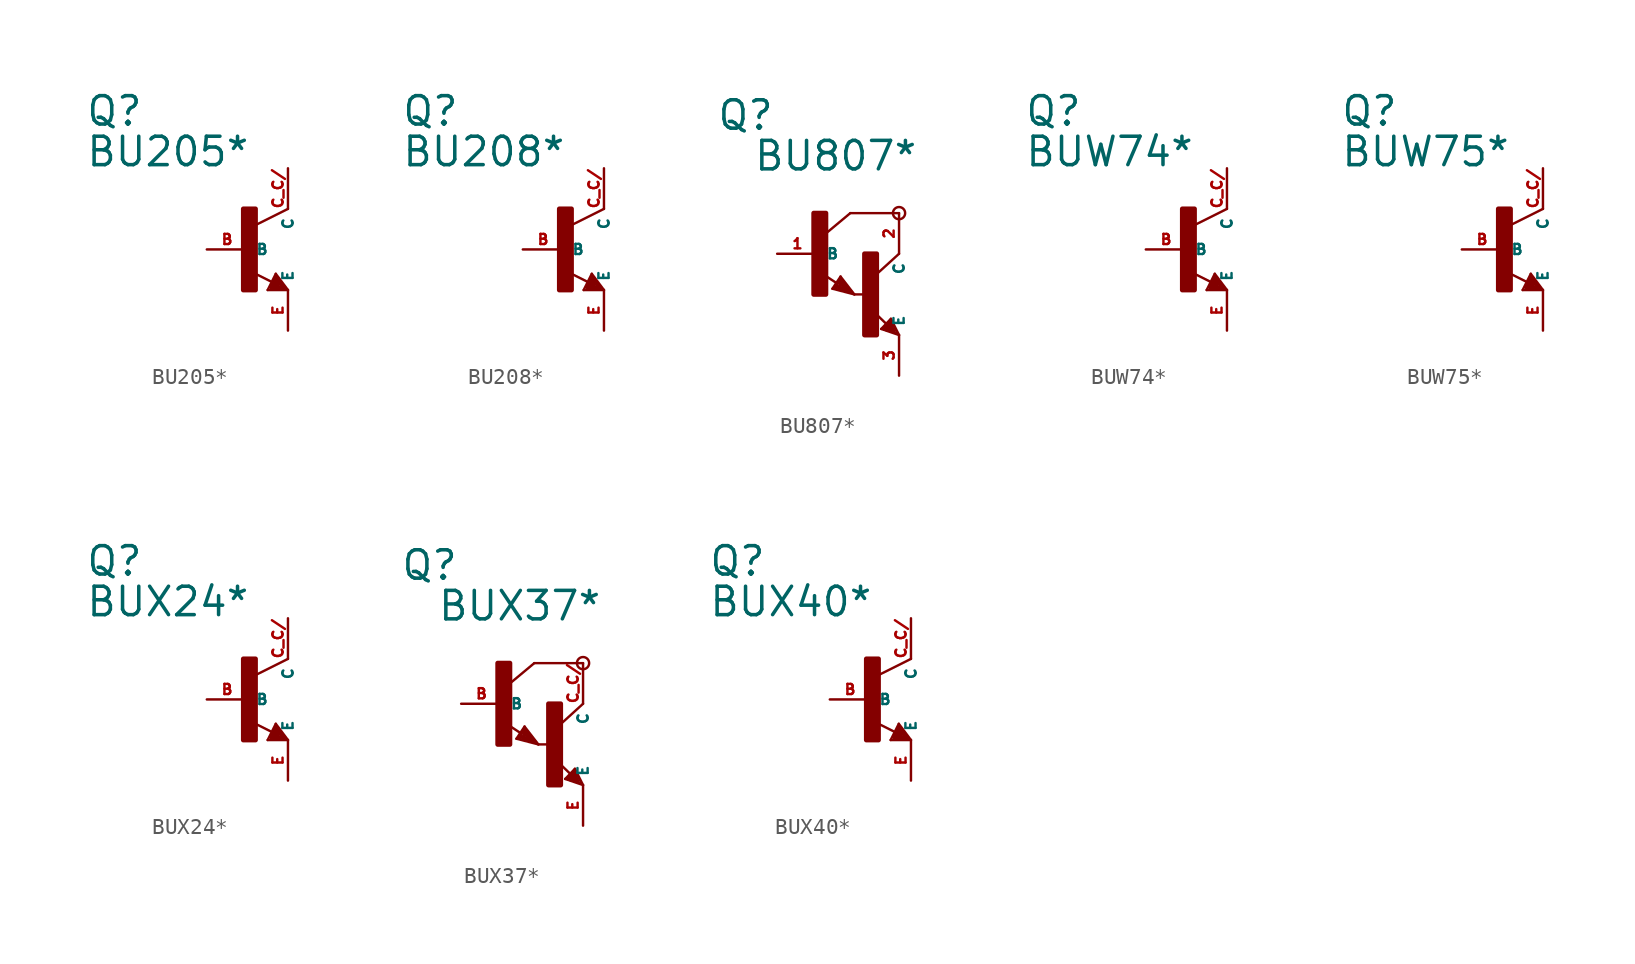
<source format=kicad_sym>
(kicad_symbol_lib
  (version 20220914)
  (generator Eagle2Kicad)
  (symbol "BU205*"
    (property "Reference" "Q"
      (at -10.16 7.62 0)
      (effects (font (size 1.778 1.778) (thickness 0.22)) (justify left bottom)))
    (property "Value" "BU205*"
      (at -10.16 5.08 0)
      (effects (font (size 1.778 1.778) (thickness 0.22)) (justify left bottom)))
    (polyline
      (pts (xy 2.54 2.54) (xy 0.508 1.524))
      (stroke (width 0.152) (type default))
      (fill (type none)))
    (polyline
      (pts (xy 1.778 -1.524) (xy 2.54 -2.54))
      (stroke (width 0.152) (type default))
      (fill (type none)))
    (polyline
      (pts (xy 2.54 -2.54) (xy 1.27 -2.54))
      (stroke (width 0.152) (type default))
      (fill (type none)))
    (polyline
      (pts (xy 1.27 -2.54) (xy 1.778 -1.524))
      (stroke (width 0.152) (type default))
      (fill (type none)))
    (polyline
      (pts (xy 1.54 -2.04) (xy 0.308 -1.424))
      (stroke (width 0.152) (type default))
      (fill (type none)))
    (polyline
      (pts (xy 1.524 -2.413) (xy 2.286 -2.413))
      (stroke (width 0.254) (type default))
      (fill (type none)))
    (polyline
      (pts (xy 2.286 -2.413) (xy 1.778 -1.778))
      (stroke (width 0.254) (type default))
      (fill (type none)))
    (polyline
      (pts (xy 1.778 -1.778) (xy 1.524 -2.286))
      (stroke (width 0.254) (type default))
      (fill (type none)))
    (polyline
      (pts (xy 1.524 -2.286) (xy 1.905 -2.286))
      (stroke (width 0.254) (type default))
      (fill (type none)))
    (polyline
      (pts (xy 1.905 -2.286) (xy 1.778 -2.032))
      (stroke (width 0.254) (type default))
      (fill (type none)))
    (rectangle
      (start -0.254 -2.54)
      (end 0.508 2.54)
      (stroke (width 0.3) (type default))
      (fill (type outline)))
    (pin passive line
      (at -2.54 0 0)
      (length 2.54)
      (name "B" (effects (font (size 0.635 0.635) (thickness 0.08)) (justify left bottom)))
      (number "B" (effects (font (size 0.635 0.635) (thickness 0.08)) (justify left bottom))))
    (pin passive line
      (at 2.54 -5.08 90)
      (length 2.54)
      (name "E" (effects (font (size 0.635 0.635) (thickness 0.08)) (justify left bottom)))
      (number "E" (effects (font (size 0.635 0.635) (thickness 0.08)) (justify left bottom))))
    (pin passive line
      (at 2.54 5.08 270)
      (length 2.54)
      (name "C" (effects (font (size 0.635 0.635) (thickness 0.08)) (justify left bottom)))
      (number "C C/" (effects (font (size 0.635 0.635) (thickness 0.08)) (justify left bottom)))))
  (symbol "BU208*"
    (property "Reference" "Q"
      (at -10.16 7.62 0)
      (effects (font (size 1.778 1.778) (thickness 0.22)) (justify left bottom)))
    (property "Value" "BU208*"
      (at -10.16 5.08 0)
      (effects (font (size 1.778 1.778) (thickness 0.22)) (justify left bottom)))
    (polyline
      (pts (xy 2.54 2.54) (xy 0.508 1.524))
      (stroke (width 0.152) (type default))
      (fill (type none)))
    (polyline
      (pts (xy 1.778 -1.524) (xy 2.54 -2.54))
      (stroke (width 0.152) (type default))
      (fill (type none)))
    (polyline
      (pts (xy 2.54 -2.54) (xy 1.27 -2.54))
      (stroke (width 0.152) (type default))
      (fill (type none)))
    (polyline
      (pts (xy 1.27 -2.54) (xy 1.778 -1.524))
      (stroke (width 0.152) (type default))
      (fill (type none)))
    (polyline
      (pts (xy 1.54 -2.04) (xy 0.308 -1.424))
      (stroke (width 0.152) (type default))
      (fill (type none)))
    (polyline
      (pts (xy 1.524 -2.413) (xy 2.286 -2.413))
      (stroke (width 0.254) (type default))
      (fill (type none)))
    (polyline
      (pts (xy 2.286 -2.413) (xy 1.778 -1.778))
      (stroke (width 0.254) (type default))
      (fill (type none)))
    (polyline
      (pts (xy 1.778 -1.778) (xy 1.524 -2.286))
      (stroke (width 0.254) (type default))
      (fill (type none)))
    (polyline
      (pts (xy 1.524 -2.286) (xy 1.905 -2.286))
      (stroke (width 0.254) (type default))
      (fill (type none)))
    (polyline
      (pts (xy 1.905 -2.286) (xy 1.778 -2.032))
      (stroke (width 0.254) (type default))
      (fill (type none)))
    (rectangle
      (start -0.254 -2.54)
      (end 0.508 2.54)
      (stroke (width 0.3) (type default))
      (fill (type outline)))
    (pin passive line
      (at -2.54 0 0)
      (length 2.54)
      (name "B" (effects (font (size 0.635 0.635) (thickness 0.08)) (justify left bottom)))
      (number "B" (effects (font (size 0.635 0.635) (thickness 0.08)) (justify left bottom))))
    (pin passive line
      (at 2.54 -5.08 90)
      (length 2.54)
      (name "E" (effects (font (size 0.635 0.635) (thickness 0.08)) (justify left bottom)))
      (number "E" (effects (font (size 0.635 0.635) (thickness 0.08)) (justify left bottom))))
    (pin passive line
      (at 2.54 5.08 270)
      (length 2.54)
      (name "C" (effects (font (size 0.635 0.635) (thickness 0.08)) (justify left bottom)))
      (number "C C/" (effects (font (size 0.635 0.635) (thickness 0.08)) (justify left bottom)))))
  (symbol "BU807*"
    (property "Reference" "Q"
      (at -6.35 7.62 0)
      (effects (font (size 1.778 1.778) (thickness 0.22)) (justify left bottom)))
    (property "Value" "BU807*"
      (at -4.064 5.08 0)
      (effects (font (size 1.778 1.778) (thickness 0.22)) (justify left bottom)))
    (polyline
      (pts (xy 5.08 2.54) (xy 2.032 2.54))
      (stroke (width 0.152) (type default))
      (fill (type none)))
    (polyline
      (pts (xy 1.424 -1.424) (xy 2.286 -2.54))
      (stroke (width 0.152) (type default))
      (fill (type none)))
    (polyline
      (pts (xy 2.921 -2.54) (xy 2.286 -2.54))
      (stroke (width 0.152) (type default))
      (fill (type none)))
    (polyline
      (pts (xy 0.916 -2.186) (xy 1.424 -1.424))
      (stroke (width 0.152) (type default))
      (fill (type none)))
    (polyline
      (pts (xy 2.286 -2.54) (xy 0.916 -2.186))
      (stroke (width 0.152) (type default))
      (fill (type none)))
    (polyline
      (pts (xy 2.032 2.54) (xy 0.508 1.27))
      (stroke (width 0.152) (type default))
      (fill (type none)))
    (polyline
      (pts (xy 5.08 0) (xy 3.683 -1.27))
      (stroke (width 0.152) (type default))
      (fill (type none)))
    (polyline
      (pts (xy 5.08 -5.08) (xy 3.964 -4.699))
      (stroke (width 0.152) (type default))
      (fill (type none)))
    (polyline
      (pts (xy 4.572 -4.064) (xy 5.08 -5.08))
      (stroke (width 0.152) (type default))
      (fill (type none)))
    (polyline
      (pts (xy 3.964 -4.699) (xy 4.572 -4.064))
      (stroke (width 0.152) (type default))
      (fill (type none)))
    (polyline
      (pts (xy 1.186 -1.84) (xy 0.208 -1.197))
      (stroke (width 0.152) (type default))
      (fill (type none)))
    (polyline
      (pts (xy 4.28 -4.38) (xy 3.483 -3.61))
      (stroke (width 0.152) (type default))
      (fill (type none)))
    (polyline
      (pts (xy 2.159 -2.413) (xy 1.397 -1.524))
      (stroke (width 0.127) (type default))
      (fill (type none)))
    (polyline
      (pts (xy 1.397 -1.524) (xy 1.016 -2.159))
      (stroke (width 0.127) (type default))
      (fill (type none)))
    (polyline
      (pts (xy 1.016 -2.159) (xy 2.032 -2.413))
      (stroke (width 0.127) (type default))
      (fill (type none)))
    (polyline
      (pts (xy 2.032 -2.413) (xy 1.397 -1.651))
      (stroke (width 0.127) (type default))
      (fill (type none)))
    (polyline
      (pts (xy 1.397 -1.651) (xy 1.143 -2.032))
      (stroke (width 0.127) (type default))
      (fill (type none)))
    (polyline
      (pts (xy 1.143 -2.032) (xy 1.905 -2.286))
      (stroke (width 0.254) (type default))
      (fill (type none)))
    (polyline
      (pts (xy 1.905 -2.286) (xy 1.397 -1.778))
      (stroke (width 0.254) (type default))
      (fill (type none)))
    (polyline
      (pts (xy 1.397 -1.778) (xy 1.397 -1.905))
      (stroke (width 0.254) (type default))
      (fill (type none)))
    (polyline
      (pts (xy 4.953 -4.953) (xy 4.572 -4.191))
      (stroke (width 0.127) (type default))
      (fill (type none)))
    (polyline
      (pts (xy 4.572 -4.191) (xy 4.064 -4.699))
      (stroke (width 0.127) (type default))
      (fill (type none)))
    (polyline
      (pts (xy 4.064 -4.699) (xy 4.826 -4.953))
      (stroke (width 0.127) (type default))
      (fill (type none)))
    (polyline
      (pts (xy 4.826 -4.953) (xy 4.572 -4.318))
      (stroke (width 0.127) (type default))
      (fill (type none)))
    (polyline
      (pts (xy 4.572 -4.318) (xy 4.191 -4.699))
      (stroke (width 0.254) (type default))
      (fill (type none)))
    (polyline
      (pts (xy 4.191 -4.699) (xy 4.699 -4.826))
      (stroke (width 0.254) (type default))
      (fill (type none)))
    (polyline
      (pts (xy 4.699 -4.826) (xy 4.572 -4.572))
      (stroke (width 0.254) (type default))
      (fill (type none)))
    (polyline
      (pts (xy 4.572 -4.572) (xy 4.445 -4.572))
      (stroke (width 0.254) (type default))
      (fill (type none)))
    (circle
      (center 5.08 2.54)
      (radius 0.381)
      (stroke (width 0) (type default))
      (fill (type none)))
    (rectangle
      (start -0.254 -2.54)
      (end 0.508 2.54)
      (stroke (width 0.3) (type default))
      (fill (type outline)))
    (rectangle
      (start 2.921 -5.08)
      (end 3.683 0)
      (stroke (width 0.3) (type default))
      (fill (type outline)))
    (pin passive line
      (at -2.54 0 0)
      (length 2.54)
      (name "B" (effects (font (size 0.635 0.635) (thickness 0.08)) (justify left bottom)))
      (number "1" (effects (font (size 0.635 0.635) (thickness 0.08)) (justify left bottom))))
    (pin passive line
      (at 5.08 -7.62 90)
      (length 2.54)
      (name "E" (effects (font (size 0.635 0.635) (thickness 0.08)) (justify left bottom)))
      (number "3" (effects (font (size 0.635 0.635) (thickness 0.08)) (justify left bottom))))
    (pin passive line
      (at 5.08 2.54 270)
      (length 2.54)
      (name "C" (effects (font (size 0.635 0.635) (thickness 0.08)) (justify left bottom)))
      (number "2" (effects (font (size 0.635 0.635) (thickness 0.08)) (justify left bottom)))))
  (symbol "BUW74*"
    (property "Reference" "Q"
      (at -10.16 7.62 0)
      (effects (font (size 1.778 1.778) (thickness 0.22)) (justify left bottom)))
    (property "Value" "BUW74*"
      (at -10.16 5.08 0)
      (effects (font (size 1.778 1.778) (thickness 0.22)) (justify left bottom)))
    (polyline
      (pts (xy 2.54 2.54) (xy 0.508 1.524))
      (stroke (width 0.152) (type default))
      (fill (type none)))
    (polyline
      (pts (xy 1.778 -1.524) (xy 2.54 -2.54))
      (stroke (width 0.152) (type default))
      (fill (type none)))
    (polyline
      (pts (xy 2.54 -2.54) (xy 1.27 -2.54))
      (stroke (width 0.152) (type default))
      (fill (type none)))
    (polyline
      (pts (xy 1.27 -2.54) (xy 1.778 -1.524))
      (stroke (width 0.152) (type default))
      (fill (type none)))
    (polyline
      (pts (xy 1.54 -2.04) (xy 0.308 -1.424))
      (stroke (width 0.152) (type default))
      (fill (type none)))
    (polyline
      (pts (xy 1.524 -2.413) (xy 2.286 -2.413))
      (stroke (width 0.254) (type default))
      (fill (type none)))
    (polyline
      (pts (xy 2.286 -2.413) (xy 1.778 -1.778))
      (stroke (width 0.254) (type default))
      (fill (type none)))
    (polyline
      (pts (xy 1.778 -1.778) (xy 1.524 -2.286))
      (stroke (width 0.254) (type default))
      (fill (type none)))
    (polyline
      (pts (xy 1.524 -2.286) (xy 1.905 -2.286))
      (stroke (width 0.254) (type default))
      (fill (type none)))
    (polyline
      (pts (xy 1.905 -2.286) (xy 1.778 -2.032))
      (stroke (width 0.254) (type default))
      (fill (type none)))
    (rectangle
      (start -0.254 -2.54)
      (end 0.508 2.54)
      (stroke (width 0.3) (type default))
      (fill (type outline)))
    (pin passive line
      (at -2.54 0 0)
      (length 2.54)
      (name "B" (effects (font (size 0.635 0.635) (thickness 0.08)) (justify left bottom)))
      (number "B" (effects (font (size 0.635 0.635) (thickness 0.08)) (justify left bottom))))
    (pin passive line
      (at 2.54 -5.08 90)
      (length 2.54)
      (name "E" (effects (font (size 0.635 0.635) (thickness 0.08)) (justify left bottom)))
      (number "E" (effects (font (size 0.635 0.635) (thickness 0.08)) (justify left bottom))))
    (pin passive line
      (at 2.54 5.08 270)
      (length 2.54)
      (name "C" (effects (font (size 0.635 0.635) (thickness 0.08)) (justify left bottom)))
      (number "C C/" (effects (font (size 0.635 0.635) (thickness 0.08)) (justify left bottom)))))
  (symbol "BUW75*"
    (property "Reference" "Q"
      (at -10.16 7.62 0)
      (effects (font (size 1.778 1.778) (thickness 0.22)) (justify left bottom)))
    (property "Value" "BUW75*"
      (at -10.16 5.08 0)
      (effects (font (size 1.778 1.778) (thickness 0.22)) (justify left bottom)))
    (polyline
      (pts (xy 2.54 2.54) (xy 0.508 1.524))
      (stroke (width 0.152) (type default))
      (fill (type none)))
    (polyline
      (pts (xy 1.778 -1.524) (xy 2.54 -2.54))
      (stroke (width 0.152) (type default))
      (fill (type none)))
    (polyline
      (pts (xy 2.54 -2.54) (xy 1.27 -2.54))
      (stroke (width 0.152) (type default))
      (fill (type none)))
    (polyline
      (pts (xy 1.27 -2.54) (xy 1.778 -1.524))
      (stroke (width 0.152) (type default))
      (fill (type none)))
    (polyline
      (pts (xy 1.54 -2.04) (xy 0.308 -1.424))
      (stroke (width 0.152) (type default))
      (fill (type none)))
    (polyline
      (pts (xy 1.524 -2.413) (xy 2.286 -2.413))
      (stroke (width 0.254) (type default))
      (fill (type none)))
    (polyline
      (pts (xy 2.286 -2.413) (xy 1.778 -1.778))
      (stroke (width 0.254) (type default))
      (fill (type none)))
    (polyline
      (pts (xy 1.778 -1.778) (xy 1.524 -2.286))
      (stroke (width 0.254) (type default))
      (fill (type none)))
    (polyline
      (pts (xy 1.524 -2.286) (xy 1.905 -2.286))
      (stroke (width 0.254) (type default))
      (fill (type none)))
    (polyline
      (pts (xy 1.905 -2.286) (xy 1.778 -2.032))
      (stroke (width 0.254) (type default))
      (fill (type none)))
    (rectangle
      (start -0.254 -2.54)
      (end 0.508 2.54)
      (stroke (width 0.3) (type default))
      (fill (type outline)))
    (pin passive line
      (at -2.54 0 0)
      (length 2.54)
      (name "B" (effects (font (size 0.635 0.635) (thickness 0.08)) (justify left bottom)))
      (number "B" (effects (font (size 0.635 0.635) (thickness 0.08)) (justify left bottom))))
    (pin passive line
      (at 2.54 -5.08 90)
      (length 2.54)
      (name "E" (effects (font (size 0.635 0.635) (thickness 0.08)) (justify left bottom)))
      (number "E" (effects (font (size 0.635 0.635) (thickness 0.08)) (justify left bottom))))
    (pin passive line
      (at 2.54 5.08 270)
      (length 2.54)
      (name "C" (effects (font (size 0.635 0.635) (thickness 0.08)) (justify left bottom)))
      (number "C C/" (effects (font (size 0.635 0.635) (thickness 0.08)) (justify left bottom)))))
  (symbol "BUX24*"
    (property "Reference" "Q"
      (at -10.16 7.62 0)
      (effects (font (size 1.778 1.778) (thickness 0.22)) (justify left bottom)))
    (property "Value" "BUX24*"
      (at -10.16 5.08 0)
      (effects (font (size 1.778 1.778) (thickness 0.22)) (justify left bottom)))
    (polyline
      (pts (xy 2.54 2.54) (xy 0.508 1.524))
      (stroke (width 0.152) (type default))
      (fill (type none)))
    (polyline
      (pts (xy 1.778 -1.524) (xy 2.54 -2.54))
      (stroke (width 0.152) (type default))
      (fill (type none)))
    (polyline
      (pts (xy 2.54 -2.54) (xy 1.27 -2.54))
      (stroke (width 0.152) (type default))
      (fill (type none)))
    (polyline
      (pts (xy 1.27 -2.54) (xy 1.778 -1.524))
      (stroke (width 0.152) (type default))
      (fill (type none)))
    (polyline
      (pts (xy 1.54 -2.04) (xy 0.308 -1.424))
      (stroke (width 0.152) (type default))
      (fill (type none)))
    (polyline
      (pts (xy 1.524 -2.413) (xy 2.286 -2.413))
      (stroke (width 0.254) (type default))
      (fill (type none)))
    (polyline
      (pts (xy 2.286 -2.413) (xy 1.778 -1.778))
      (stroke (width 0.254) (type default))
      (fill (type none)))
    (polyline
      (pts (xy 1.778 -1.778) (xy 1.524 -2.286))
      (stroke (width 0.254) (type default))
      (fill (type none)))
    (polyline
      (pts (xy 1.524 -2.286) (xy 1.905 -2.286))
      (stroke (width 0.254) (type default))
      (fill (type none)))
    (polyline
      (pts (xy 1.905 -2.286) (xy 1.778 -2.032))
      (stroke (width 0.254) (type default))
      (fill (type none)))
    (rectangle
      (start -0.254 -2.54)
      (end 0.508 2.54)
      (stroke (width 0.3) (type default))
      (fill (type outline)))
    (pin passive line
      (at -2.54 0 0)
      (length 2.54)
      (name "B" (effects (font (size 0.635 0.635) (thickness 0.08)) (justify left bottom)))
      (number "B" (effects (font (size 0.635 0.635) (thickness 0.08)) (justify left bottom))))
    (pin passive line
      (at 2.54 -5.08 90)
      (length 2.54)
      (name "E" (effects (font (size 0.635 0.635) (thickness 0.08)) (justify left bottom)))
      (number "E" (effects (font (size 0.635 0.635) (thickness 0.08)) (justify left bottom))))
    (pin passive line
      (at 2.54 5.08 270)
      (length 2.54)
      (name "C" (effects (font (size 0.635 0.635) (thickness 0.08)) (justify left bottom)))
      (number "C C/" (effects (font (size 0.635 0.635) (thickness 0.08)) (justify left bottom)))))
  (symbol "BUX37*"
    (property "Reference" "Q"
      (at -6.35 7.62 0)
      (effects (font (size 1.778 1.778) (thickness 0.22)) (justify left bottom)))
    (property "Value" "BUX37*"
      (at -4.064 5.08 0)
      (effects (font (size 1.778 1.778) (thickness 0.22)) (justify left bottom)))
    (polyline
      (pts (xy 5.08 2.54) (xy 2.032 2.54))
      (stroke (width 0.152) (type default))
      (fill (type none)))
    (polyline
      (pts (xy 1.424 -1.424) (xy 2.286 -2.54))
      (stroke (width 0.152) (type default))
      (fill (type none)))
    (polyline
      (pts (xy 2.921 -2.54) (xy 2.286 -2.54))
      (stroke (width 0.152) (type default))
      (fill (type none)))
    (polyline
      (pts (xy 0.916 -2.186) (xy 1.424 -1.424))
      (stroke (width 0.152) (type default))
      (fill (type none)))
    (polyline
      (pts (xy 2.286 -2.54) (xy 0.916 -2.186))
      (stroke (width 0.152) (type default))
      (fill (type none)))
    (polyline
      (pts (xy 2.032 2.54) (xy 0.508 1.27))
      (stroke (width 0.152) (type default))
      (fill (type none)))
    (polyline
      (pts (xy 5.08 0) (xy 3.683 -1.27))
      (stroke (width 0.152) (type default))
      (fill (type none)))
    (polyline
      (pts (xy 5.08 -5.08) (xy 3.964 -4.699))
      (stroke (width 0.152) (type default))
      (fill (type none)))
    (polyline
      (pts (xy 4.572 -4.064) (xy 5.08 -5.08))
      (stroke (width 0.152) (type default))
      (fill (type none)))
    (polyline
      (pts (xy 3.964 -4.699) (xy 4.572 -4.064))
      (stroke (width 0.152) (type default))
      (fill (type none)))
    (polyline
      (pts (xy 1.186 -1.84) (xy 0.208 -1.197))
      (stroke (width 0.152) (type default))
      (fill (type none)))
    (polyline
      (pts (xy 4.28 -4.38) (xy 3.483 -3.61))
      (stroke (width 0.152) (type default))
      (fill (type none)))
    (polyline
      (pts (xy 2.159 -2.413) (xy 1.397 -1.524))
      (stroke (width 0.127) (type default))
      (fill (type none)))
    (polyline
      (pts (xy 1.397 -1.524) (xy 1.016 -2.159))
      (stroke (width 0.127) (type default))
      (fill (type none)))
    (polyline
      (pts (xy 1.016 -2.159) (xy 2.032 -2.413))
      (stroke (width 0.127) (type default))
      (fill (type none)))
    (polyline
      (pts (xy 2.032 -2.413) (xy 1.397 -1.651))
      (stroke (width 0.127) (type default))
      (fill (type none)))
    (polyline
      (pts (xy 1.397 -1.651) (xy 1.143 -2.032))
      (stroke (width 0.127) (type default))
      (fill (type none)))
    (polyline
      (pts (xy 1.143 -2.032) (xy 1.905 -2.286))
      (stroke (width 0.254) (type default))
      (fill (type none)))
    (polyline
      (pts (xy 1.905 -2.286) (xy 1.397 -1.778))
      (stroke (width 0.254) (type default))
      (fill (type none)))
    (polyline
      (pts (xy 1.397 -1.778) (xy 1.397 -1.905))
      (stroke (width 0.254) (type default))
      (fill (type none)))
    (polyline
      (pts (xy 4.953 -4.953) (xy 4.572 -4.191))
      (stroke (width 0.127) (type default))
      (fill (type none)))
    (polyline
      (pts (xy 4.572 -4.191) (xy 4.064 -4.699))
      (stroke (width 0.127) (type default))
      (fill (type none)))
    (polyline
      (pts (xy 4.064 -4.699) (xy 4.826 -4.953))
      (stroke (width 0.127) (type default))
      (fill (type none)))
    (polyline
      (pts (xy 4.826 -4.953) (xy 4.572 -4.318))
      (stroke (width 0.127) (type default))
      (fill (type none)))
    (polyline
      (pts (xy 4.572 -4.318) (xy 4.191 -4.699))
      (stroke (width 0.254) (type default))
      (fill (type none)))
    (polyline
      (pts (xy 4.191 -4.699) (xy 4.699 -4.826))
      (stroke (width 0.254) (type default))
      (fill (type none)))
    (polyline
      (pts (xy 4.699 -4.826) (xy 4.572 -4.572))
      (stroke (width 0.254) (type default))
      (fill (type none)))
    (polyline
      (pts (xy 4.572 -4.572) (xy 4.445 -4.572))
      (stroke (width 0.254) (type default))
      (fill (type none)))
    (circle
      (center 5.08 2.54)
      (radius 0.381)
      (stroke (width 0) (type default))
      (fill (type none)))
    (rectangle
      (start -0.254 -2.54)
      (end 0.508 2.54)
      (stroke (width 0.3) (type default))
      (fill (type outline)))
    (rectangle
      (start 2.921 -5.08)
      (end 3.683 0)
      (stroke (width 0.3) (type default))
      (fill (type outline)))
    (pin passive line
      (at -2.54 0 0)
      (length 2.54)
      (name "B" (effects (font (size 0.635 0.635) (thickness 0.08)) (justify left bottom)))
      (number "B" (effects (font (size 0.635 0.635) (thickness 0.08)) (justify left bottom))))
    (pin passive line
      (at 5.08 -7.62 90)
      (length 2.54)
      (name "E" (effects (font (size 0.635 0.635) (thickness 0.08)) (justify left bottom)))
      (number "E" (effects (font (size 0.635 0.635) (thickness 0.08)) (justify left bottom))))
    (pin passive line
      (at 5.08 2.54 270)
      (length 2.54)
      (name "C" (effects (font (size 0.635 0.635) (thickness 0.08)) (justify left bottom)))
      (number "C C/" (effects (font (size 0.635 0.635) (thickness 0.08)) (justify left bottom)))))
  (symbol "BUX40*"
    (property "Reference" "Q"
      (at -10.16 7.62 0)
      (effects (font (size 1.778 1.778) (thickness 0.22)) (justify left bottom)))
    (property "Value" "BUX40*"
      (at -10.16 5.08 0)
      (effects (font (size 1.778 1.778) (thickness 0.22)) (justify left bottom)))
    (polyline
      (pts (xy 2.54 2.54) (xy 0.508 1.524))
      (stroke (width 0.152) (type default))
      (fill (type none)))
    (polyline
      (pts (xy 1.778 -1.524) (xy 2.54 -2.54))
      (stroke (width 0.152) (type default))
      (fill (type none)))
    (polyline
      (pts (xy 2.54 -2.54) (xy 1.27 -2.54))
      (stroke (width 0.152) (type default))
      (fill (type none)))
    (polyline
      (pts (xy 1.27 -2.54) (xy 1.778 -1.524))
      (stroke (width 0.152) (type default))
      (fill (type none)))
    (polyline
      (pts (xy 1.54 -2.04) (xy 0.308 -1.424))
      (stroke (width 0.152) (type default))
      (fill (type none)))
    (polyline
      (pts (xy 1.524 -2.413) (xy 2.286 -2.413))
      (stroke (width 0.254) (type default))
      (fill (type none)))
    (polyline
      (pts (xy 2.286 -2.413) (xy 1.778 -1.778))
      (stroke (width 0.254) (type default))
      (fill (type none)))
    (polyline
      (pts (xy 1.778 -1.778) (xy 1.524 -2.286))
      (stroke (width 0.254) (type default))
      (fill (type none)))
    (polyline
      (pts (xy 1.524 -2.286) (xy 1.905 -2.286))
      (stroke (width 0.254) (type default))
      (fill (type none)))
    (polyline
      (pts (xy 1.905 -2.286) (xy 1.778 -2.032))
      (stroke (width 0.254) (type default))
      (fill (type none)))
    (rectangle
      (start -0.254 -2.54)
      (end 0.508 2.54)
      (stroke (width 0.3) (type default))
      (fill (type outline)))
    (pin passive line
      (at -2.54 0 0)
      (length 2.54)
      (name "B" (effects (font (size 0.635 0.635) (thickness 0.08)) (justify left bottom)))
      (number "B" (effects (font (size 0.635 0.635) (thickness 0.08)) (justify left bottom))))
    (pin passive line
      (at 2.54 -5.08 90)
      (length 2.54)
      (name "E" (effects (font (size 0.635 0.635) (thickness 0.08)) (justify left bottom)))
      (number "E" (effects (font (size 0.635 0.635) (thickness 0.08)) (justify left bottom))))
    (pin passive line
      (at 2.54 5.08 270)
      (length 2.54)
      (name "C" (effects (font (size 0.635 0.635) (thickness 0.08)) (justify left bottom)))
      (number "C C/" (effects (font (size 0.635 0.635) (thickness 0.08)) (justify left bottom))))))
</source>
